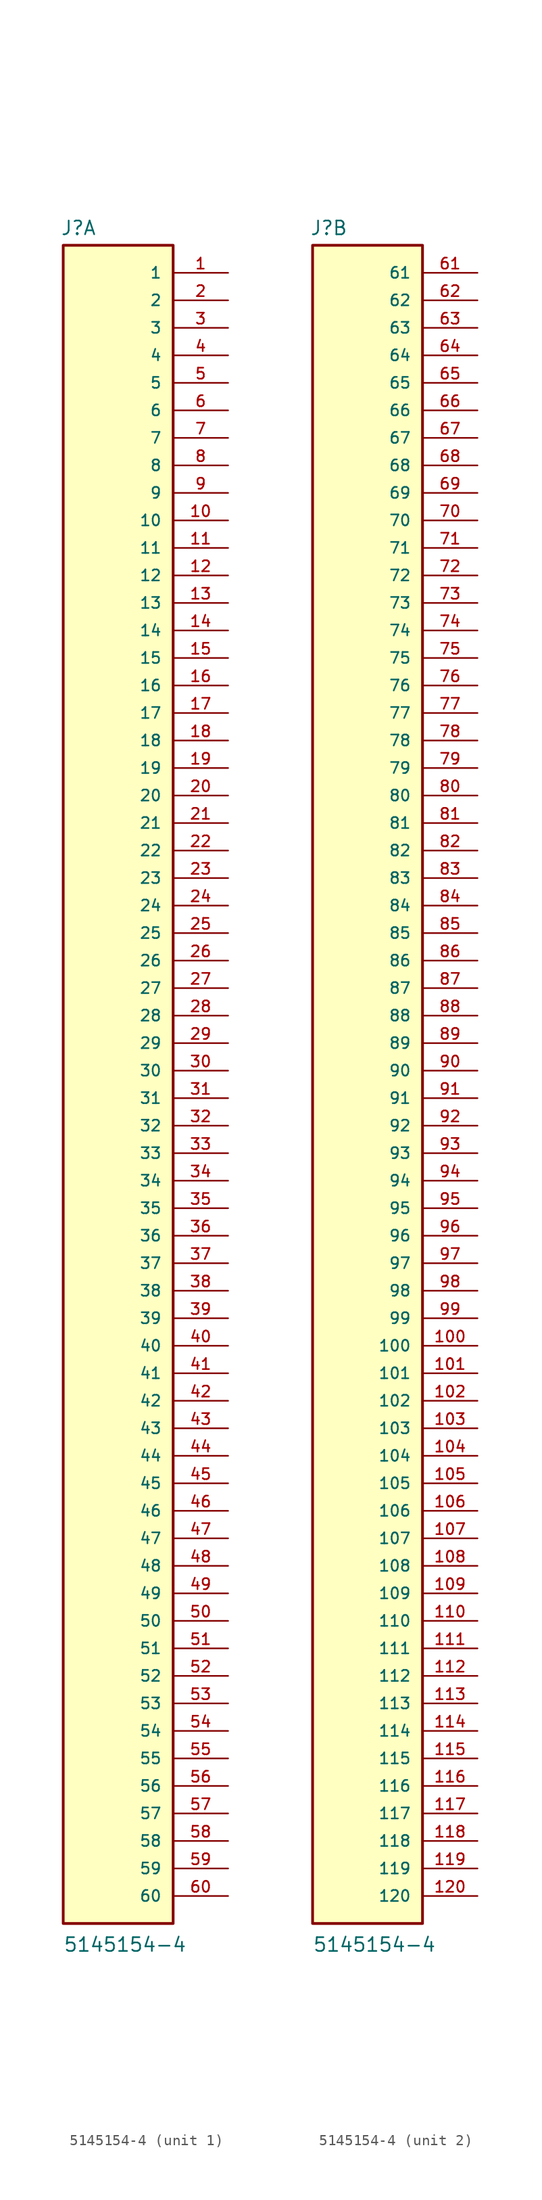
<source format=kicad_sym>
(kicad_symbol_lib
  (version 20211014)
  (generator kicad_symbol_editor)
  (symbol "5145154-4"
    (pin_names
      (offset 1.016))
    (property "Reference" "J"
      (at -5.34 77.055 0)
      (effects (font (size 1.27 1.27)) (justify bottom left)))
    (property "Value" "5145154-4"
      (at -5.09 -81.438 0)
      (effects (font (size 1.27 1.27)) (justify bottom left)))
    (symbol "5145154-4_1_0"
      (rectangle (start -5.08 -78.74) (end 5.08 76.2) (stroke (width 0.254)) (fill (type background)))
      (pin passive line (at 10.16 73.66 180.0) (length 5.08) (name "1" (effects (font (size 1.016 1.016)))) (number "1" (effects (font (size 1.016 1.016)))))
      (pin passive line (at 10.16 71.12 180.0) (length 5.08) (name "2" (effects (font (size 1.016 1.016)))) (number "2" (effects (font (size 1.016 1.016)))))
      (pin passive line (at 10.16 68.58 180.0) (length 5.08) (name "3" (effects (font (size 1.016 1.016)))) (number "3" (effects (font (size 1.016 1.016)))))
      (pin passive line (at 10.16 66.04 180.0) (length 5.08) (name "4" (effects (font (size 1.016 1.016)))) (number "4" (effects (font (size 1.016 1.016)))))
      (pin passive line (at 10.16 63.5 180.0) (length 5.08) (name "5" (effects (font (size 1.016 1.016)))) (number "5" (effects (font (size 1.016 1.016)))))
      (pin passive line (at 10.16 60.96 180.0) (length 5.08) (name "6" (effects (font (size 1.016 1.016)))) (number "6" (effects (font (size 1.016 1.016)))))
      (pin passive line (at 10.16 58.42 180.0) (length 5.08) (name "7" (effects (font (size 1.016 1.016)))) (number "7" (effects (font (size 1.016 1.016)))))
      (pin passive line (at 10.16 55.88 180.0) (length 5.08) (name "8" (effects (font (size 1.016 1.016)))) (number "8" (effects (font (size 1.016 1.016)))))
      (pin passive line (at 10.16 53.34 180.0) (length 5.08) (name "9" (effects (font (size 1.016 1.016)))) (number "9" (effects (font (size 1.016 1.016)))))
      (pin passive line (at 10.16 50.8 180.0) (length 5.08) (name "10" (effects (font (size 1.016 1.016)))) (number "10" (effects (font (size 1.016 1.016)))))
      (pin passive line (at 10.16 48.26 180.0) (length 5.08) (name "11" (effects (font (size 1.016 1.016)))) (number "11" (effects (font (size 1.016 1.016)))))
      (pin passive line (at 10.16 45.72 180.0) (length 5.08) (name "12" (effects (font (size 1.016 1.016)))) (number "12" (effects (font (size 1.016 1.016)))))
      (pin passive line (at 10.16 43.18 180.0) (length 5.08) (name "13" (effects (font (size 1.016 1.016)))) (number "13" (effects (font (size 1.016 1.016)))))
      (pin passive line (at 10.16 40.64 180.0) (length 5.08) (name "14" (effects (font (size 1.016 1.016)))) (number "14" (effects (font (size 1.016 1.016)))))
      (pin passive line (at 10.16 38.1 180.0) (length 5.08) (name "15" (effects (font (size 1.016 1.016)))) (number "15" (effects (font (size 1.016 1.016)))))
      (pin passive line (at 10.16 35.56 180.0) (length 5.08) (name "16" (effects (font (size 1.016 1.016)))) (number "16" (effects (font (size 1.016 1.016)))))
      (pin passive line (at 10.16 33.02 180.0) (length 5.08) (name "17" (effects (font (size 1.016 1.016)))) (number "17" (effects (font (size 1.016 1.016)))))
      (pin passive line (at 10.16 30.48 180.0) (length 5.08) (name "18" (effects (font (size 1.016 1.016)))) (number "18" (effects (font (size 1.016 1.016)))))
      (pin passive line (at 10.16 27.94 180.0) (length 5.08) (name "19" (effects (font (size 1.016 1.016)))) (number "19" (effects (font (size 1.016 1.016)))))
      (pin passive line (at 10.16 25.4 180.0) (length 5.08) (name "20" (effects (font (size 1.016 1.016)))) (number "20" (effects (font (size 1.016 1.016)))))
      (pin passive line (at 10.16 22.86 180.0) (length 5.08) (name "21" (effects (font (size 1.016 1.016)))) (number "21" (effects (font (size 1.016 1.016)))))
      (pin passive line (at 10.16 20.32 180.0) (length 5.08) (name "22" (effects (font (size 1.016 1.016)))) (number "22" (effects (font (size 1.016 1.016)))))
      (pin passive line (at 10.16 17.78 180.0) (length 5.08) (name "23" (effects (font (size 1.016 1.016)))) (number "23" (effects (font (size 1.016 1.016)))))
      (pin passive line (at 10.16 15.24 180.0) (length 5.08) (name "24" (effects (font (size 1.016 1.016)))) (number "24" (effects (font (size 1.016 1.016)))))
      (pin passive line (at 10.16 12.7 180.0) (length 5.08) (name "25" (effects (font (size 1.016 1.016)))) (number "25" (effects (font (size 1.016 1.016)))))
      (pin passive line (at 10.16 10.16 180.0) (length 5.08) (name "26" (effects (font (size 1.016 1.016)))) (number "26" (effects (font (size 1.016 1.016)))))
      (pin passive line (at 10.16 7.62 180.0) (length 5.08) (name "27" (effects (font (size 1.016 1.016)))) (number "27" (effects (font (size 1.016 1.016)))))
      (pin passive line (at 10.16 5.08 180.0) (length 5.08) (name "28" (effects (font (size 1.016 1.016)))) (number "28" (effects (font (size 1.016 1.016)))))
      (pin passive line (at 10.16 2.54 180.0) (length 5.08) (name "29" (effects (font (size 1.016 1.016)))) (number "29" (effects (font (size 1.016 1.016)))))
      (pin passive line (at 10.16 0.0 180.0) (length 5.08) (name "30" (effects (font (size 1.016 1.016)))) (number "30" (effects (font (size 1.016 1.016)))))
      (pin passive line (at 10.16 -2.54 180.0) (length 5.08) (name "31" (effects (font (size 1.016 1.016)))) (number "31" (effects (font (size 1.016 1.016)))))
      (pin passive line (at 10.16 -5.08 180.0) (length 5.08) (name "32" (effects (font (size 1.016 1.016)))) (number "32" (effects (font (size 1.016 1.016)))))
      (pin passive line (at 10.16 -7.62 180.0) (length 5.08) (name "33" (effects (font (size 1.016 1.016)))) (number "33" (effects (font (size 1.016 1.016)))))
      (pin passive line (at 10.16 -10.16 180.0) (length 5.08) (name "34" (effects (font (size 1.016 1.016)))) (number "34" (effects (font (size 1.016 1.016)))))
      (pin passive line (at 10.16 -12.7 180.0) (length 5.08) (name "35" (effects (font (size 1.016 1.016)))) (number "35" (effects (font (size 1.016 1.016)))))
      (pin passive line (at 10.16 -15.24 180.0) (length 5.08) (name "36" (effects (font (size 1.016 1.016)))) (number "36" (effects (font (size 1.016 1.016)))))
      (pin passive line (at 10.16 -17.78 180.0) (length 5.08) (name "37" (effects (font (size 1.016 1.016)))) (number "37" (effects (font (size 1.016 1.016)))))
      (pin passive line (at 10.16 -20.32 180.0) (length 5.08) (name "38" (effects (font (size 1.016 1.016)))) (number "38" (effects (font (size 1.016 1.016)))))
      (pin passive line (at 10.16 -22.86 180.0) (length 5.08) (name "39" (effects (font (size 1.016 1.016)))) (number "39" (effects (font (size 1.016 1.016)))))
      (pin passive line (at 10.16 -25.4 180.0) (length 5.08) (name "40" (effects (font (size 1.016 1.016)))) (number "40" (effects (font (size 1.016 1.016)))))
      (pin passive line (at 10.16 -27.94 180.0) (length 5.08) (name "41" (effects (font (size 1.016 1.016)))) (number "41" (effects (font (size 1.016 1.016)))))
      (pin passive line (at 10.16 -30.48 180.0) (length 5.08) (name "42" (effects (font (size 1.016 1.016)))) (number "42" (effects (font (size 1.016 1.016)))))
      (pin passive line (at 10.16 -33.02 180.0) (length 5.08) (name "43" (effects (font (size 1.016 1.016)))) (number "43" (effects (font (size 1.016 1.016)))))
      (pin passive line (at 10.16 -35.56 180.0) (length 5.08) (name "44" (effects (font (size 1.016 1.016)))) (number "44" (effects (font (size 1.016 1.016)))))
      (pin passive line (at 10.16 -38.1 180.0) (length 5.08) (name "45" (effects (font (size 1.016 1.016)))) (number "45" (effects (font (size 1.016 1.016)))))
      (pin passive line (at 10.16 -40.64 180.0) (length 5.08) (name "46" (effects (font (size 1.016 1.016)))) (number "46" (effects (font (size 1.016 1.016)))))
      (pin passive line (at 10.16 -43.18 180.0) (length 5.08) (name "47" (effects (font (size 1.016 1.016)))) (number "47" (effects (font (size 1.016 1.016)))))
      (pin passive line (at 10.16 -45.72 180.0) (length 5.08) (name "48" (effects (font (size 1.016 1.016)))) (number "48" (effects (font (size 1.016 1.016)))))
      (pin passive line (at 10.16 -48.26 180.0) (length 5.08) (name "49" (effects (font (size 1.016 1.016)))) (number "49" (effects (font (size 1.016 1.016)))))
      (pin passive line (at 10.16 -50.8 180.0) (length 5.08) (name "50" (effects (font (size 1.016 1.016)))) (number "50" (effects (font (size 1.016 1.016)))))
      (pin passive line (at 10.16 -53.34 180.0) (length 5.08) (name "51" (effects (font (size 1.016 1.016)))) (number "51" (effects (font (size 1.016 1.016)))))
      (pin passive line (at 10.16 -55.88 180.0) (length 5.08) (name "52" (effects (font (size 1.016 1.016)))) (number "52" (effects (font (size 1.016 1.016)))))
      (pin passive line (at 10.16 -58.42 180.0) (length 5.08) (name "53" (effects (font (size 1.016 1.016)))) (number "53" (effects (font (size 1.016 1.016)))))
      (pin passive line (at 10.16 -60.96 180.0) (length 5.08) (name "54" (effects (font (size 1.016 1.016)))) (number "54" (effects (font (size 1.016 1.016)))))
      (pin passive line (at 10.16 -63.5 180.0) (length 5.08) (name "55" (effects (font (size 1.016 1.016)))) (number "55" (effects (font (size 1.016 1.016)))))
      (pin passive line (at 10.16 -66.04 180.0) (length 5.08) (name "56" (effects (font (size 1.016 1.016)))) (number "56" (effects (font (size 1.016 1.016)))))
      (pin passive line (at 10.16 -68.58 180.0) (length 5.08) (name "57" (effects (font (size 1.016 1.016)))) (number "57" (effects (font (size 1.016 1.016)))))
      (pin passive line (at 10.16 -71.12 180.0) (length 5.08) (name "58" (effects (font (size 1.016 1.016)))) (number "58" (effects (font (size 1.016 1.016)))))
      (pin passive line (at 10.16 -73.66 180.0) (length 5.08) (name "59" (effects (font (size 1.016 1.016)))) (number "59" (effects (font (size 1.016 1.016)))))
      (pin passive line (at 10.16 -76.2 180.0) (length 5.08) (name "60" (effects (font (size 1.016 1.016)))) (number "60" (effects (font (size 1.016 1.016))))))
    (symbol "5145154-4_2_0"
      (rectangle (start -5.08 -78.74) (end 5.08 76.2) (stroke (width 0.254)) (fill (type background)))
      (pin passive line (at 10.16 73.66 180.0) (length 5.08) (name "61" (effects (font (size 1.016 1.016)))) (number "61" (effects (font (size 1.016 1.016)))))
      (pin passive line (at 10.16 71.12 180.0) (length 5.08) (name "62" (effects (font (size 1.016 1.016)))) (number "62" (effects (font (size 1.016 1.016)))))
      (pin passive line (at 10.16 68.58 180.0) (length 5.08) (name "63" (effects (font (size 1.016 1.016)))) (number "63" (effects (font (size 1.016 1.016)))))
      (pin passive line (at 10.16 66.04 180.0) (length 5.08) (name "64" (effects (font (size 1.016 1.016)))) (number "64" (effects (font (size 1.016 1.016)))))
      (pin passive line (at 10.16 63.5 180.0) (length 5.08) (name "65" (effects (font (size 1.016 1.016)))) (number "65" (effects (font (size 1.016 1.016)))))
      (pin passive line (at 10.16 60.96 180.0) (length 5.08) (name "66" (effects (font (size 1.016 1.016)))) (number "66" (effects (font (size 1.016 1.016)))))
      (pin passive line (at 10.16 58.42 180.0) (length 5.08) (name "67" (effects (font (size 1.016 1.016)))) (number "67" (effects (font (size 1.016 1.016)))))
      (pin passive line (at 10.16 55.88 180.0) (length 5.08) (name "68" (effects (font (size 1.016 1.016)))) (number "68" (effects (font (size 1.016 1.016)))))
      (pin passive line (at 10.16 53.34 180.0) (length 5.08) (name "69" (effects (font (size 1.016 1.016)))) (number "69" (effects (font (size 1.016 1.016)))))
      (pin passive line (at 10.16 50.8 180.0) (length 5.08) (name "70" (effects (font (size 1.016 1.016)))) (number "70" (effects (font (size 1.016 1.016)))))
      (pin passive line (at 10.16 48.26 180.0) (length 5.08) (name "71" (effects (font (size 1.016 1.016)))) (number "71" (effects (font (size 1.016 1.016)))))
      (pin passive line (at 10.16 45.72 180.0) (length 5.08) (name "72" (effects (font (size 1.016 1.016)))) (number "72" (effects (font (size 1.016 1.016)))))
      (pin passive line (at 10.16 43.18 180.0) (length 5.08) (name "73" (effects (font (size 1.016 1.016)))) (number "73" (effects (font (size 1.016 1.016)))))
      (pin passive line (at 10.16 40.64 180.0) (length 5.08) (name "74" (effects (font (size 1.016 1.016)))) (number "74" (effects (font (size 1.016 1.016)))))
      (pin passive line (at 10.16 38.1 180.0) (length 5.08) (name "75" (effects (font (size 1.016 1.016)))) (number "75" (effects (font (size 1.016 1.016)))))
      (pin passive line (at 10.16 35.56 180.0) (length 5.08) (name "76" (effects (font (size 1.016 1.016)))) (number "76" (effects (font (size 1.016 1.016)))))
      (pin passive line (at 10.16 33.02 180.0) (length 5.08) (name "77" (effects (font (size 1.016 1.016)))) (number "77" (effects (font (size 1.016 1.016)))))
      (pin passive line (at 10.16 30.48 180.0) (length 5.08) (name "78" (effects (font (size 1.016 1.016)))) (number "78" (effects (font (size 1.016 1.016)))))
      (pin passive line (at 10.16 27.94 180.0) (length 5.08) (name "79" (effects (font (size 1.016 1.016)))) (number "79" (effects (font (size 1.016 1.016)))))
      (pin passive line (at 10.16 25.4 180.0) (length 5.08) (name "80" (effects (font (size 1.016 1.016)))) (number "80" (effects (font (size 1.016 1.016)))))
      (pin passive line (at 10.16 22.86 180.0) (length 5.08) (name "81" (effects (font (size 1.016 1.016)))) (number "81" (effects (font (size 1.016 1.016)))))
      (pin passive line (at 10.16 20.32 180.0) (length 5.08) (name "82" (effects (font (size 1.016 1.016)))) (number "82" (effects (font (size 1.016 1.016)))))
      (pin passive line (at 10.16 17.78 180.0) (length 5.08) (name "83" (effects (font (size 1.016 1.016)))) (number "83" (effects (font (size 1.016 1.016)))))
      (pin passive line (at 10.16 15.24 180.0) (length 5.08) (name "84" (effects (font (size 1.016 1.016)))) (number "84" (effects (font (size 1.016 1.016)))))
      (pin passive line (at 10.16 12.7 180.0) (length 5.08) (name "85" (effects (font (size 1.016 1.016)))) (number "85" (effects (font (size 1.016 1.016)))))
      (pin passive line (at 10.16 10.16 180.0) (length 5.08) (name "86" (effects (font (size 1.016 1.016)))) (number "86" (effects (font (size 1.016 1.016)))))
      (pin passive line (at 10.16 7.62 180.0) (length 5.08) (name "87" (effects (font (size 1.016 1.016)))) (number "87" (effects (font (size 1.016 1.016)))))
      (pin passive line (at 10.16 5.08 180.0) (length 5.08) (name "88" (effects (font (size 1.016 1.016)))) (number "88" (effects (font (size 1.016 1.016)))))
      (pin passive line (at 10.16 2.54 180.0) (length 5.08) (name "89" (effects (font (size 1.016 1.016)))) (number "89" (effects (font (size 1.016 1.016)))))
      (pin passive line (at 10.16 0.0 180.0) (length 5.08) (name "90" (effects (font (size 1.016 1.016)))) (number "90" (effects (font (size 1.016 1.016)))))
      (pin passive line (at 10.16 -2.54 180.0) (length 5.08) (name "91" (effects (font (size 1.016 1.016)))) (number "91" (effects (font (size 1.016 1.016)))))
      (pin passive line (at 10.16 -5.08 180.0) (length 5.08) (name "92" (effects (font (size 1.016 1.016)))) (number "92" (effects (font (size 1.016 1.016)))))
      (pin passive line (at 10.16 -7.62 180.0) (length 5.08) (name "93" (effects (font (size 1.016 1.016)))) (number "93" (effects (font (size 1.016 1.016)))))
      (pin passive line (at 10.16 -10.16 180.0) (length 5.08) (name "94" (effects (font (size 1.016 1.016)))) (number "94" (effects (font (size 1.016 1.016)))))
      (pin passive line (at 10.16 -12.7 180.0) (length 5.08) (name "95" (effects (font (size 1.016 1.016)))) (number "95" (effects (font (size 1.016 1.016)))))
      (pin passive line (at 10.16 -15.24 180.0) (length 5.08) (name "96" (effects (font (size 1.016 1.016)))) (number "96" (effects (font (size 1.016 1.016)))))
      (pin passive line (at 10.16 -17.78 180.0) (length 5.08) (name "97" (effects (font (size 1.016 1.016)))) (number "97" (effects (font (size 1.016 1.016)))))
      (pin passive line (at 10.16 -20.32 180.0) (length 5.08) (name "98" (effects (font (size 1.016 1.016)))) (number "98" (effects (font (size 1.016 1.016)))))
      (pin passive line (at 10.16 -22.86 180.0) (length 5.08) (name "99" (effects (font (size 1.016 1.016)))) (number "99" (effects (font (size 1.016 1.016)))))
      (pin passive line (at 10.16 -25.4 180.0) (length 5.08) (name "100" (effects (font (size 1.016 1.016)))) (number "100" (effects (font (size 1.016 1.016)))))
      (pin passive line (at 10.16 -27.94 180.0) (length 5.08) (name "101" (effects (font (size 1.016 1.016)))) (number "101" (effects (font (size 1.016 1.016)))))
      (pin passive line (at 10.16 -30.48 180.0) (length 5.08) (name "102" (effects (font (size 1.016 1.016)))) (number "102" (effects (font (size 1.016 1.016)))))
      (pin passive line (at 10.16 -33.02 180.0) (length 5.08) (name "103" (effects (font (size 1.016 1.016)))) (number "103" (effects (font (size 1.016 1.016)))))
      (pin passive line (at 10.16 -35.56 180.0) (length 5.08) (name "104" (effects (font (size 1.016 1.016)))) (number "104" (effects (font (size 1.016 1.016)))))
      (pin passive line (at 10.16 -38.1 180.0) (length 5.08) (name "105" (effects (font (size 1.016 1.016)))) (number "105" (effects (font (size 1.016 1.016)))))
      (pin passive line (at 10.16 -40.64 180.0) (length 5.08) (name "106" (effects (font (size 1.016 1.016)))) (number "106" (effects (font (size 1.016 1.016)))))
      (pin passive line (at 10.16 -43.18 180.0) (length 5.08) (name "107" (effects (font (size 1.016 1.016)))) (number "107" (effects (font (size 1.016 1.016)))))
      (pin passive line (at 10.16 -45.72 180.0) (length 5.08) (name "108" (effects (font (size 1.016 1.016)))) (number "108" (effects (font (size 1.016 1.016)))))
      (pin passive line (at 10.16 -48.26 180.0) (length 5.08) (name "109" (effects (font (size 1.016 1.016)))) (number "109" (effects (font (size 1.016 1.016)))))
      (pin passive line (at 10.16 -50.8 180.0) (length 5.08) (name "110" (effects (font (size 1.016 1.016)))) (number "110" (effects (font (size 1.016 1.016)))))
      (pin passive line (at 10.16 -53.34 180.0) (length 5.08) (name "111" (effects (font (size 1.016 1.016)))) (number "111" (effects (font (size 1.016 1.016)))))
      (pin passive line (at 10.16 -55.88 180.0) (length 5.08) (name "112" (effects (font (size 1.016 1.016)))) (number "112" (effects (font (size 1.016 1.016)))))
      (pin passive line (at 10.16 -58.42 180.0) (length 5.08) (name "113" (effects (font (size 1.016 1.016)))) (number "113" (effects (font (size 1.016 1.016)))))
      (pin passive line (at 10.16 -60.96 180.0) (length 5.08) (name "114" (effects (font (size 1.016 1.016)))) (number "114" (effects (font (size 1.016 1.016)))))
      (pin passive line (at 10.16 -63.5 180.0) (length 5.08) (name "115" (effects (font (size 1.016 1.016)))) (number "115" (effects (font (size 1.016 1.016)))))
      (pin passive line (at 10.16 -66.04 180.0) (length 5.08) (name "116" (effects (font (size 1.016 1.016)))) (number "116" (effects (font (size 1.016 1.016)))))
      (pin passive line (at 10.16 -68.58 180.0) (length 5.08) (name "117" (effects (font (size 1.016 1.016)))) (number "117" (effects (font (size 1.016 1.016)))))
      (pin passive line (at 10.16 -71.12 180.0) (length 5.08) (name "118" (effects (font (size 1.016 1.016)))) (number "118" (effects (font (size 1.016 1.016)))))
      (pin passive line (at 10.16 -73.66 180.0) (length 5.08) (name "119" (effects (font (size 1.016 1.016)))) (number "119" (effects (font (size 1.016 1.016)))))
      (pin passive line (at 10.16 -76.2 180.0) (length 5.08) (name "120" (effects (font (size 1.016 1.016)))) (number "120" (effects (font (size 1.016 1.016))))))))
</source>
